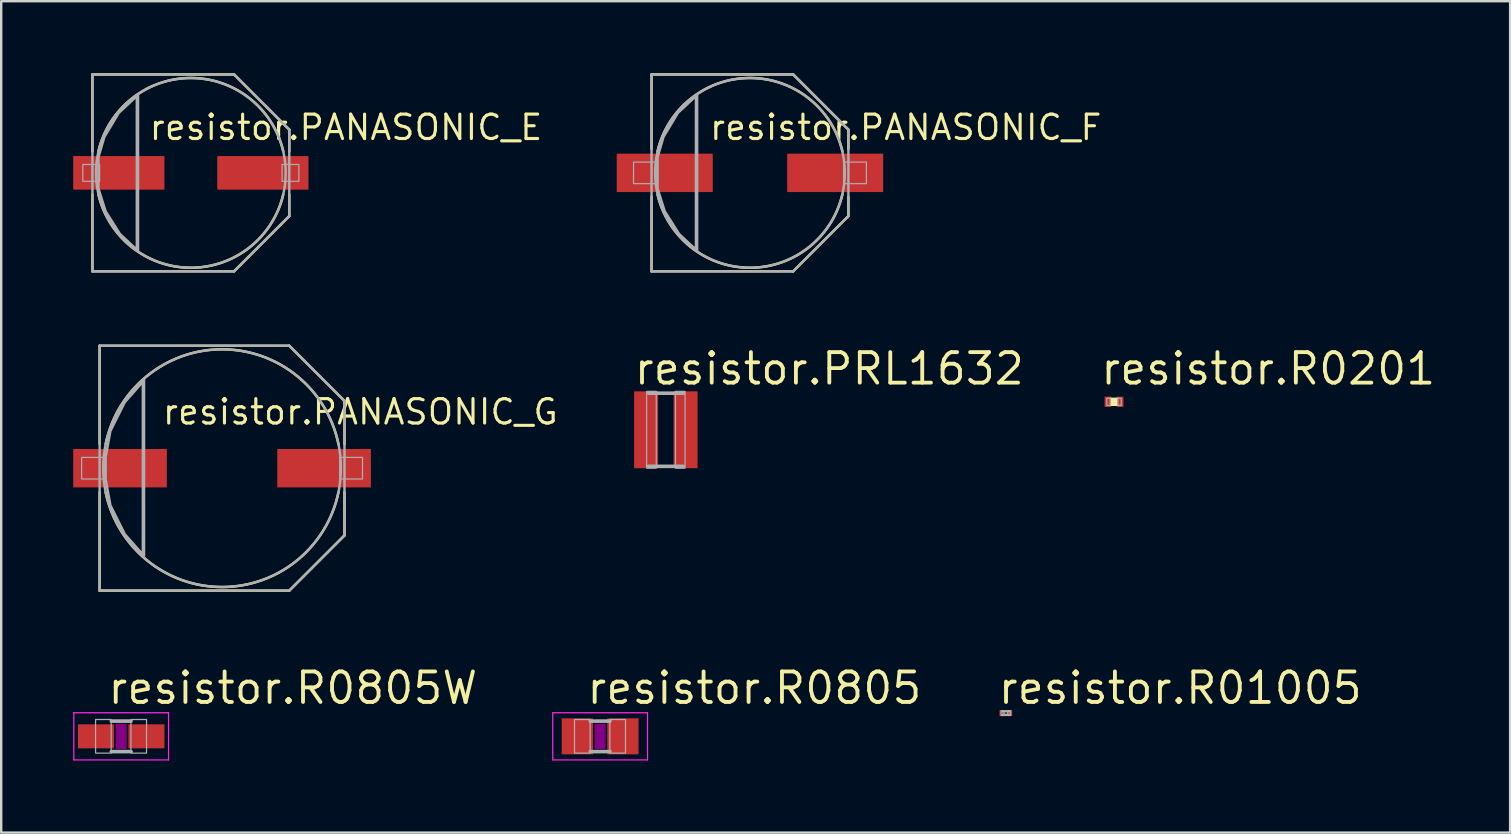
<source format=kicad_pcb>
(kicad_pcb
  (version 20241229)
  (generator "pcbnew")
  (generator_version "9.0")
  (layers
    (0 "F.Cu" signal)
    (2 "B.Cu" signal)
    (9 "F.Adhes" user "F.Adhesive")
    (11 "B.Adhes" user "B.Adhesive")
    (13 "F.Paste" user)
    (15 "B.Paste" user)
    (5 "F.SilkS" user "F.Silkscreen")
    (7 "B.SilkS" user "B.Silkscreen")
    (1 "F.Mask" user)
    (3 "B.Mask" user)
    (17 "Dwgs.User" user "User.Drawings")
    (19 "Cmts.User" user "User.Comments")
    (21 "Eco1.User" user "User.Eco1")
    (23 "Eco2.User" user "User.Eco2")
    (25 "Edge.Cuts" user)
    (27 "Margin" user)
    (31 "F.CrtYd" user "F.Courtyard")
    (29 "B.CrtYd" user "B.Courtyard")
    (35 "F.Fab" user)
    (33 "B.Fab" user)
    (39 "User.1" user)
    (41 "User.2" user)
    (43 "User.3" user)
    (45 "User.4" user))
  (footprint "resistor.PRL1632"
    (layer "F.Cu")
    (at 24.686 14.852)
    (property "Reference" "resistor.PRL1632" (at -1.4 -1.8 0) (layer "F.SilkS") (effects (font (size 1.27 1.27) (thickness 0.16)) (justify left bottom)))
    (attr smd)
    (fp_line (start 0.728 -1.523) (end -0.715 -1.523) (stroke (width 0.152) (type default)) (layer "F.Fab"))
    (fp_line (start 0.728 1.523) (end -0.728 1.523) (stroke (width 0.152) (type default)) (layer "F.Fab"))
    (fp_rect (start -0.8 1.6) (end -0.4 -1.6) (stroke (width 0.05) (type default)) (fill no) (layer "F.Fab"))
    (fp_rect (start 0.4 1.6) (end 0.8 -1.6) (stroke (width 0.05) (type default)) (fill no) (layer "F.Fab"))
    (pad "1" smd roundrect (at -0.822 0) (size 1 3.2) (layers "F.Cu" "F.Mask" "F.Paste") (roundrect_rratio 0.01))
    (pad "2" smd roundrect (at 0.822 0) (size 1 3.2) (layers "F.Cu" "F.Mask" "F.Paste") (roundrect_rratio 0.01)))
  (footprint "resistor.PANASONIC_E"
    (layer "F.Cu")
    (at 4.9 4.151)
    (property "Reference" "resistor.PANASONIC_E" (at -1.8 -1.3 0) (layer "F.SilkS") (effects (font (size 1.016 1.016) (thickness 0.13)) (justify left bottom)))
    (attr smd)
    (fp_line (start -4.1 -4.1) (end 1.8 -4.1) (stroke (width 0.102) (type default)) (layer "F.SilkS"))
    (fp_line (start -4.1 -0.9) (end -4.1 -4.1) (stroke (width 0.102) (type default)) (layer "F.SilkS"))
    (fp_line (start -4.1 4.1) (end -4.1 0.9) (stroke (width 0.102) (type default)) (layer "F.SilkS"))
    (fp_line (start 1.8 -4.1) (end 4.1 -1.8) (stroke (width 0.102) (type default)) (layer "F.SilkS"))
    (fp_line (start 1.8 4.1) (end -4.1 4.1) (stroke (width 0.102) (type default)) (layer "F.SilkS"))
    (fp_line (start 4.1 -1.8) (end 4.1 -0.9) (stroke (width 0.102) (type default)) (layer "F.SilkS"))
    (fp_line (start 4.1 0.9) (end 4.1 1.8) (stroke (width 0.102) (type default)) (layer "F.SilkS"))
    (fp_line (start 4.1 1.8) (end 1.8 4.1) (stroke (width 0.102) (type default)) (layer "F.SilkS"))
    (fp_arc (start -3.85 -0.9) (mid 0 -3.953796) (end 3.85 -0.9) (stroke (width 0.1016) (type default)) (layer "F.SilkS"))
    (fp_arc (start 3.85 0.9) (mid 0 3.953796) (end -3.85 0.9) (stroke (width 0.1016) (type default)) (layer "F.SilkS"))
    (fp_line (start -4.1 -4.1) (end 1.8 -4.1) (stroke (width 0.102) (type default)) (layer "F.Fab"))
    (fp_line (start -4.1 4.1) (end -4.1 -4.1) (stroke (width 0.102) (type default)) (layer "F.Fab"))
    (fp_line (start -2.2 -3.25) (end -2.2 3.25) (stroke (width 0.102) (type default)) (layer "F.Fab"))
    (fp_line (start 1.8 -4.1) (end 4.1 -1.8) (stroke (width 0.102) (type default)) (layer "F.Fab"))
    (fp_line (start 1.8 4.1) (end -4.1 4.1) (stroke (width 0.102) (type default)) (layer "F.Fab"))
    (fp_line (start 4.1 -1.8) (end 4.1 1.8) (stroke (width 0.102) (type default)) (layer "F.Fab"))
    (fp_line (start 4.1 1.8) (end 1.8 4.1) (stroke (width 0.102) (type default)) (layer "F.Fab"))
    (fp_rect (start -4.5 0.35) (end -3.8 -0.35) (stroke (width 0.05) (type default)) (fill no) (layer "F.Fab"))
    (fp_rect (start 3.8 0.35) (end 4.5 -0.35) (stroke (width 0.05) (type default)) (fill no) (layer "F.Fab"))
    (fp_circle (center 0 0) (end 3.95 0) (stroke (width 0.102) (type default)) (fill no) (layer "F.Fab"))
    (fp_poly (pts (xy -2.25 -3.2) (xy -3 -2.5) (xy -3.6 -1.5) (xy -3.85 -0.65) (xy -3.85 0.65) (xy -3.55 1.6) (xy -2.95 2.55) (xy -2.25 3.2) (xy -2.25 -3.15)) (stroke (width 0.102) (type default)) (fill no) (layer "F.Fab"))
    (pad "+" smd roundrect (at 3 0) (size 3.8 1.4) (layers "F.Cu" "F.Mask" "F.Paste") (roundrect_rratio 0.01))
    (pad "-" smd roundrect (at -3 0) (size 3.8 1.4) (layers "F.Cu" "F.Mask" "F.Paste") (roundrect_rratio 0.01)))
  (footprint "resistor.R01005"
    (layer "F.Cu")
    (at 38.849 26.653)
    (property "Reference" "resistor.R01005" (at -0.4 -0.3 0) (layer "F.SilkS") (effects (font (size 1.27 1.27) (thickness 0.16)) (justify left bottom)))
    (attr smd)
    (fp_rect (start -0.2 0.1) (end -0.075 -0.1) (stroke (width 0.05) (type default)) (fill no) (layer "F.Fab"))
    (fp_rect (start -0.15 -0.05) (end 0.15 -0.1) (stroke (width 0.05) (type default)) (fill no) (layer "F.Fab"))
    (fp_rect (start -0.15 0.1) (end 0.15 0.05) (stroke (width 0.05) (type default)) (fill no) (layer "F.Fab"))
    (fp_rect (start 0.075 0.1) (end 0.2 -0.1) (stroke (width 0.05) (type default)) (fill no) (layer "F.Fab"))
    (pad "1" smd roundrect (at -0.163 0) (size 0.2 0.25) (layers "F.Cu" "F.Mask" "F.Paste") (roundrect_rratio 0.01))
    (pad "2" smd roundrect (at 0.163 0) (size 0.2 0.25) (layers "F.Cu" "F.Mask" "F.Paste") (roundrect_rratio 0.01)))
  (footprint "resistor.R0805"
    (layer "F.Cu")
    (at 21.949 27.623)
    (property "Reference" "resistor.R0805" (at -0.635 -1.27 0) (layer "F.SilkS") (effects (font (size 1.27 1.27) (thickness 0.16)) (justify left bottom)))
    (attr smd)
    (fp_rect (start -0.2 0.5) (end 0.2 -0.5) (stroke (width 0.05) (type default)) (fill yes) (layer "F.Adhes"))
    (fp_line (start -1.973 -0.983) (end 1.973 -0.983) (stroke (width 0.051) (type default)) (layer "F.CrtYd"))
    (fp_line (start -1.973 0.983) (end -1.973 -0.983) (stroke (width 0.051) (type default)) (layer "F.CrtYd"))
    (fp_line (start 1.973 -0.983) (end 1.973 0.983) (stroke (width 0.051) (type default)) (layer "F.CrtYd"))
    (fp_line (start 1.973 0.983) (end -1.973 0.983) (stroke (width 0.051) (type default)) (layer "F.CrtYd"))
    (fp_line (start -0.41 -0.635) (end 0.41 -0.635) (stroke (width 0.152) (type default)) (layer "F.Fab"))
    (fp_line (start -0.41 0.635) (end 0.41 0.635) (stroke (width 0.152) (type default)) (layer "F.Fab"))
    (fp_rect (start -1.067 0.699) (end -0.417 -0.702) (stroke (width 0.05) (type default)) (fill no) (layer "F.Fab"))
    (fp_rect (start 0.406 0.699) (end 1.056 -0.702) (stroke (width 0.05) (type default)) (fill no) (layer "F.Fab"))
    (pad "1" smd roundrect (at -0.95 0) (size 1.3 1.5) (layers "F.Cu" "F.Mask" "F.Paste") (roundrect_rratio 0.01))
    (pad "2" smd roundrect (at 0.95 0) (size 1.3 1.5) (layers "F.Cu" "F.Mask" "F.Paste") (roundrect_rratio 0.01)))
  (footprint "resistor.R0805W"
    (layer "F.Cu")
    (at 1.998 27.623)
    (property "Reference" "resistor.R0805W" (at -0.635 -1.27 0) (layer "F.SilkS") (effects (font (size 1.27 1.27) (thickness 0.16)) (justify left bottom)))
    (attr smd)
    (fp_rect (start -0.2 0.5) (end 0.2 -0.5) (stroke (width 0.05) (type default)) (fill yes) (layer "F.Adhes"))
    (fp_line (start -1.973 -0.983) (end 1.973 -0.983) (stroke (width 0.051) (type default)) (layer "F.CrtYd"))
    (fp_line (start -1.973 0.983) (end -1.973 -0.983) (stroke (width 0.051) (type default)) (layer "F.CrtYd"))
    (fp_line (start 1.973 -0.983) (end 1.973 0.983) (stroke (width 0.051) (type default)) (layer "F.CrtYd"))
    (fp_line (start 1.973 0.983) (end -1.973 0.983) (stroke (width 0.051) (type default)) (layer "F.CrtYd"))
    (fp_line (start -0.41 -0.635) (end 0.41 -0.635) (stroke (width 0.152) (type default)) (layer "F.Fab"))
    (fp_line (start -0.41 0.635) (end 0.41 0.635) (stroke (width 0.152) (type default)) (layer "F.Fab"))
    (fp_rect (start -1.067 0.699) (end -0.417 -0.702) (stroke (width 0.05) (type default)) (fill no) (layer "F.Fab"))
    (fp_rect (start 0.406 0.699) (end 1.056 -0.702) (stroke (width 0.05) (type default)) (fill no) (layer "F.Fab"))
    (pad "1" smd roundrect (at -1.052 0) (size 1.5 1) (layers "F.Cu" "F.Mask" "F.Paste") (roundrect_rratio 0.01))
    (pad "2" smd roundrect (at 1.052 0) (size 1.5 1) (layers "F.Cu" "F.Mask" "F.Paste") (roundrect_rratio 0.01)))
  (footprint "resistor.PANASONIC_G"
    (layer "F.Cu")
    (at 6.2 16.452)
    (property "Reference" "resistor.PANASONIC_G" (at -2.55 -1.75 0) (layer "F.SilkS") (effects (font (size 1.016 1.016) (thickness 0.13)) (justify left bottom)))
    (attr smd)
    (fp_line (start -5.1 -5.1) (end 2.8 -5.1) (stroke (width 0.102) (type default)) (layer "F.SilkS"))
    (fp_line (start -5.1 -1) (end -5.1 -5.1) (stroke (width 0.102) (type default)) (layer "F.SilkS"))
    (fp_line (start -5.1 5.1) (end -5.1 1) (stroke (width 0.102) (type default)) (layer "F.SilkS"))
    (fp_line (start 2.8 -5.1) (end 5.1 -2.8) (stroke (width 0.102) (type default)) (layer "F.SilkS"))
    (fp_line (start 2.8 5.1) (end -5.1 5.1) (stroke (width 0.102) (type default)) (layer "F.SilkS"))
    (fp_line (start 5.1 -2.8) (end 5.1 -1) (stroke (width 0.102) (type default)) (layer "F.SilkS"))
    (fp_line (start 5.1 1) (end 5.1 2.8) (stroke (width 0.102) (type default)) (layer "F.SilkS"))
    (fp_line (start 5.1 2.8) (end 2.8 5.1) (stroke (width 0.102) (type default)) (layer "F.SilkS"))
    (fp_arc (start -4.85 -1) (mid 0 -4.95202) (end 4.85 -1) (stroke (width 0.1016) (type default)) (layer "F.SilkS"))
    (fp_arc (start 4.85 1) (mid 0 4.95202) (end -4.85 1) (stroke (width 0.1016) (type default)) (layer "F.SilkS"))
    (fp_line (start -5.1 -5.1) (end 2.8 -5.1) (stroke (width 0.102) (type default)) (layer "F.Fab"))
    (fp_line (start -5.1 5.1) (end -5.1 -5.1) (stroke (width 0.102) (type default)) (layer "F.Fab"))
    (fp_line (start -3.25 -3.7) (end -3.25 3.65) (stroke (width 0.102) (type default)) (layer "F.Fab"))
    (fp_line (start 2.8 -5.1) (end 5.1 -2.8) (stroke (width 0.102) (type default)) (layer "F.Fab"))
    (fp_line (start 2.8 5.1) (end -5.1 5.1) (stroke (width 0.102) (type default)) (layer "F.Fab"))
    (fp_line (start 5.1 -2.8) (end 5.1 2.8) (stroke (width 0.102) (type default)) (layer "F.Fab"))
    (fp_line (start 5.1 2.8) (end 2.8 5.1) (stroke (width 0.102) (type default)) (layer "F.Fab"))
    (fp_rect (start -5.85 0.45) (end -4.9 -0.45) (stroke (width 0.05) (type default)) (fill no) (layer "F.Fab"))
    (fp_rect (start 4.9 0.45) (end 5.85 -0.45) (stroke (width 0.05) (type default)) (fill no) (layer "F.Fab"))
    (fp_circle (center 0 0) (end 4.95 0) (stroke (width 0.102) (type default)) (fill no) (layer "F.Fab"))
    (fp_poly (pts (xy -3.3 -3.6) (xy -4.05 -2.75) (xy -4.65 -1.55) (xy -4.85 -0.45) (xy -4.85 0.45) (xy -4.65 1.55) (xy -4.05 2.75) (xy -3.3 3.6) (xy -3.3 -3.55)) (stroke (width 0.102) (type default)) (fill no) (layer "F.Fab"))
    (pad "+" smd roundrect (at 4.25 0) (size 3.9 1.6) (layers "F.Cu" "F.Mask" "F.Paste") (roundrect_rratio 0.01))
    (pad "-" smd roundrect (at -4.25 0) (size 3.9 1.6) (layers "F.Cu" "F.Mask" "F.Paste") (roundrect_rratio 0.01)))
  (footprint "resistor.PANASONIC_F"
    (layer "F.Cu")
    (at 28.19 4.151)
    (property "Reference" "resistor.PANASONIC_F" (at -1.75 -1.3 0) (layer "F.SilkS") (effects (font (size 1.016 1.016) (thickness 0.13)) (justify left bottom)))
    (attr smd)
    (fp_line (start -4.1 -4.1) (end 1.8 -4.1) (stroke (width 0.102) (type default)) (layer "F.SilkS"))
    (fp_line (start -4.1 -1) (end -4.1 -4.1) (stroke (width 0.102) (type default)) (layer "F.SilkS"))
    (fp_line (start -4.1 4.1) (end -4.1 1) (stroke (width 0.102) (type default)) (layer "F.SilkS"))
    (fp_line (start 1.8 -4.1) (end 4.1 -1.8) (stroke (width 0.102) (type default)) (layer "F.SilkS"))
    (fp_line (start 1.8 4.1) (end -4.1 4.1) (stroke (width 0.102) (type default)) (layer "F.SilkS"))
    (fp_line (start 4.1 -1.8) (end 4.1 -1) (stroke (width 0.102) (type default)) (layer "F.SilkS"))
    (fp_line (start 4.1 1) (end 4.1 1.8) (stroke (width 0.102) (type default)) (layer "F.SilkS"))
    (fp_line (start 4.1 1.8) (end 1.8 4.1) (stroke (width 0.102) (type default)) (layer "F.SilkS"))
    (fp_arc (start -3.85 -0.9) (mid 0 -3.953796) (end 3.85 -0.9) (stroke (width 0.1016) (type default)) (layer "F.SilkS"))
    (fp_arc (start 3.85 0.9) (mid 0 3.953796) (end -3.85 0.9) (stroke (width 0.1016) (type default)) (layer "F.SilkS"))
    (fp_line (start -4.1 -4.1) (end 1.8 -4.1) (stroke (width 0.102) (type default)) (layer "F.Fab"))
    (fp_line (start -4.1 4.1) (end -4.1 -4.1) (stroke (width 0.102) (type default)) (layer "F.Fab"))
    (fp_line (start -2.2 -3.25) (end -2.2 3.25) (stroke (width 0.102) (type default)) (layer "F.Fab"))
    (fp_line (start 1.8 -4.1) (end 4.1 -1.8) (stroke (width 0.102) (type default)) (layer "F.Fab"))
    (fp_line (start 1.8 4.1) (end -4.1 4.1) (stroke (width 0.102) (type default)) (layer "F.Fab"))
    (fp_line (start 4.1 -1.8) (end 4.1 1.8) (stroke (width 0.102) (type default)) (layer "F.Fab"))
    (fp_line (start 4.1 1.8) (end 1.8 4.1) (stroke (width 0.102) (type default)) (layer "F.Fab"))
    (fp_rect (start -4.85 0.45) (end -3.9 -0.45) (stroke (width 0.05) (type default)) (fill no) (layer "F.Fab"))
    (fp_rect (start 3.9 0.45) (end 4.85 -0.45) (stroke (width 0.05) (type default)) (fill no) (layer "F.Fab"))
    (fp_circle (center 0 0) (end 3.95 0) (stroke (width 0.102) (type default)) (fill no) (layer "F.Fab"))
    (fp_circle (center 0 0) (end 4 0) (stroke (width 0.001) (type default)) (fill no) (layer "F.Fab"))
    (fp_poly (pts (xy -2.25 -3.2) (xy -3 -2.5) (xy -3.6 -1.5) (xy -3.85 -0.65) (xy -3.85 0.65) (xy -3.55 1.6) (xy -2.95 2.55) (xy -2.25 3.2) (xy -2.25 -3.15)) (stroke (width 0.102) (type default)) (fill no) (layer "F.Fab"))
    (pad "+" smd roundrect (at 3.55 0) (size 4 1.6) (layers "F.Cu" "F.Mask" "F.Paste") (roundrect_rratio 0.01))
    (pad "-" smd roundrect (at -3.55 0) (size 4 1.6) (layers "F.Cu" "F.Mask" "F.Paste") (roundrect_rratio 0.01)))
  (footprint "resistor.R0201"
    (layer "F.Cu")
    (at 43.355 13.687)
    (property "Reference" "resistor.R0201" (at -0.635 -0.635 0) (layer "F.SilkS") (effects (font (size 1.27 1.27) (thickness 0.16)) (justify left bottom)))
    (attr smd)
    (fp_rect (start -0.15 0.15) (end 0.15 -0.15) (stroke (width 0.05) (type default)) (fill yes) (layer "F.SilkS"))
    (fp_rect (start -0.3 0.15) (end -0.15 -0.15) (stroke (width 0.05) (type default)) (fill no) (layer "F.Fab"))
    (fp_rect (start 0.15 0.15) (end 0.3 -0.15) (stroke (width 0.05) (type default)) (fill no) (layer "F.Fab"))
    (pad "1" smd roundrect (at -0.255 0) (size 0.28 0.43) (layers "F.Cu" "F.Mask" "F.Paste") (roundrect_rratio 0.01))
    (pad "2" smd roundrect (at 0.255 0) (size 0.28 0.43) (layers "F.Cu" "F.Mask" "F.Paste") (roundrect_rratio 0.01)))
  (gr_rect
    (start -3 -3)
    (end 59.855 31.632)
    (stroke (width 0.1) (type default))
    (fill no)
    (layer "Edge.Cuts")))
</source>
